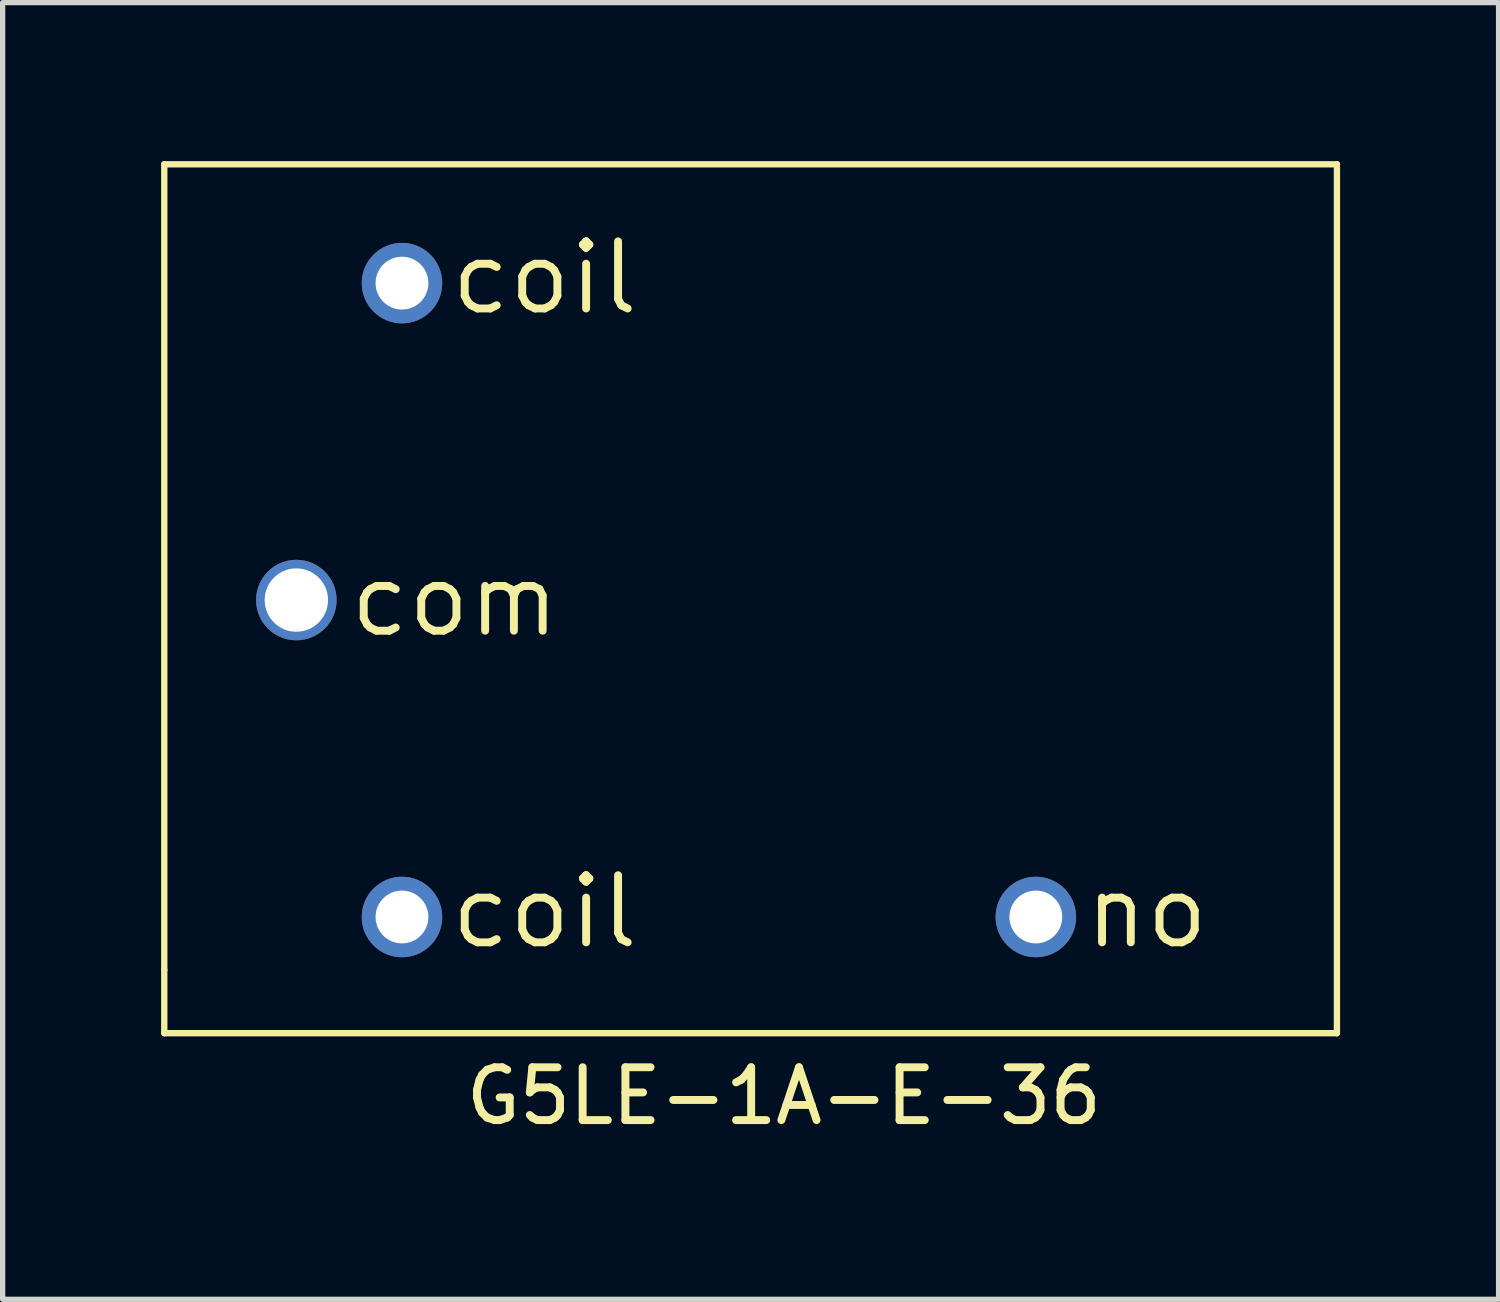
<source format=kicad_pcb>
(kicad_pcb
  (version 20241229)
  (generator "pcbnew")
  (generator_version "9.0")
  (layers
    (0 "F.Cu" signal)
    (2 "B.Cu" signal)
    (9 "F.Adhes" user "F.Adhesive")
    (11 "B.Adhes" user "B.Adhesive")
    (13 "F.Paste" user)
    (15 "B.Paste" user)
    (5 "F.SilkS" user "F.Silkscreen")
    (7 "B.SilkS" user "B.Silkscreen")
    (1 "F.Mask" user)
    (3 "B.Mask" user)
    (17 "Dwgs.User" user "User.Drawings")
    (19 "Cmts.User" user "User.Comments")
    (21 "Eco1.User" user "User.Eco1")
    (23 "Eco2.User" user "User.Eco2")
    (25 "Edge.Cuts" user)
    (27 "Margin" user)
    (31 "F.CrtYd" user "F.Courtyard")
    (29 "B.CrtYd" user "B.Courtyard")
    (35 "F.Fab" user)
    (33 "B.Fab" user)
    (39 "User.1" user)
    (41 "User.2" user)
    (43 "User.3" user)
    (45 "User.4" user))
  (footprint "G5LE-1A-E-36"
    (layer "F.Cu")
    (at 13.06 8.31)
    (property "Reference" "G5LE-1A-E-36" (at -1.27 9.39 0) (layer "F.SilkS") (effects (font (size 1 1) (thickness 0.15))))
    (attr through_hole)
    (fp_line (start -13 -8.25) (end -13 7) (stroke (width 0.12) (type solid)) (layer "F.SilkS"))
    (fp_line (start -13 7) (end -13 8.2) (stroke (width 0.12) (type solid)) (layer "F.SilkS"))
    (fp_line (start -13 8.2) (end 9.2 8.2) (stroke (width 0.12) (type solid)) (layer "F.SilkS"))
    (fp_line (start 9.2 -8.25) (end -13 -8.25) (stroke (width 0.12) (type solid)) (layer "F.SilkS"))
    (fp_line (start 9.2 8.2) (end 9.2 -8.25) (stroke (width 0.12) (type solid)) (layer "F.SilkS"))
    (fp_text user "coil" (at -5.8 -6.1 0) (layer "F.SilkS") (effects (font (size 1.27 1.27) (thickness 0.15))))
    (fp_text user "no" (at 5.6 5.9 0) (layer "F.SilkS") (effects (font (size 1.27 1.27) (thickness 0.15))))
    (fp_text user "coil" (at -5.8 5.9 0) (layer "F.SilkS") (effects (font (size 1.27 1.27) (thickness 0.15))))
    (fp_text user "com" (at -7.5 0 0) (layer "F.SilkS") (effects (font (size 1.27 1.27) (thickness 0.15))))
    (pad "1" thru_hole circle (at -10.5 0) (size 1.524 1.524) (drill 1.2) (layers "*.Cu" "*.Mask"))
    (pad "2" thru_hole circle (at -8.5 -6) (size 1.524 1.524) (drill 1) (layers "*.Cu" "*.Mask"))
    (pad "3" thru_hole circle (at -8.5 6) (size 1.524 1.524) (drill 1) (layers "*.Cu" "*.Mask"))
    (pad "4" thru_hole circle (at 3.5 6) (size 1.524 1.524) (drill 1) (layers "*.Cu" "*.Mask")))
  (gr_rect
    (start -3 -3)
    (end 25.32 21.548)
    (stroke (width 0.1) (type default))
    (fill no)
    (layer "Edge.Cuts")))
</source>
